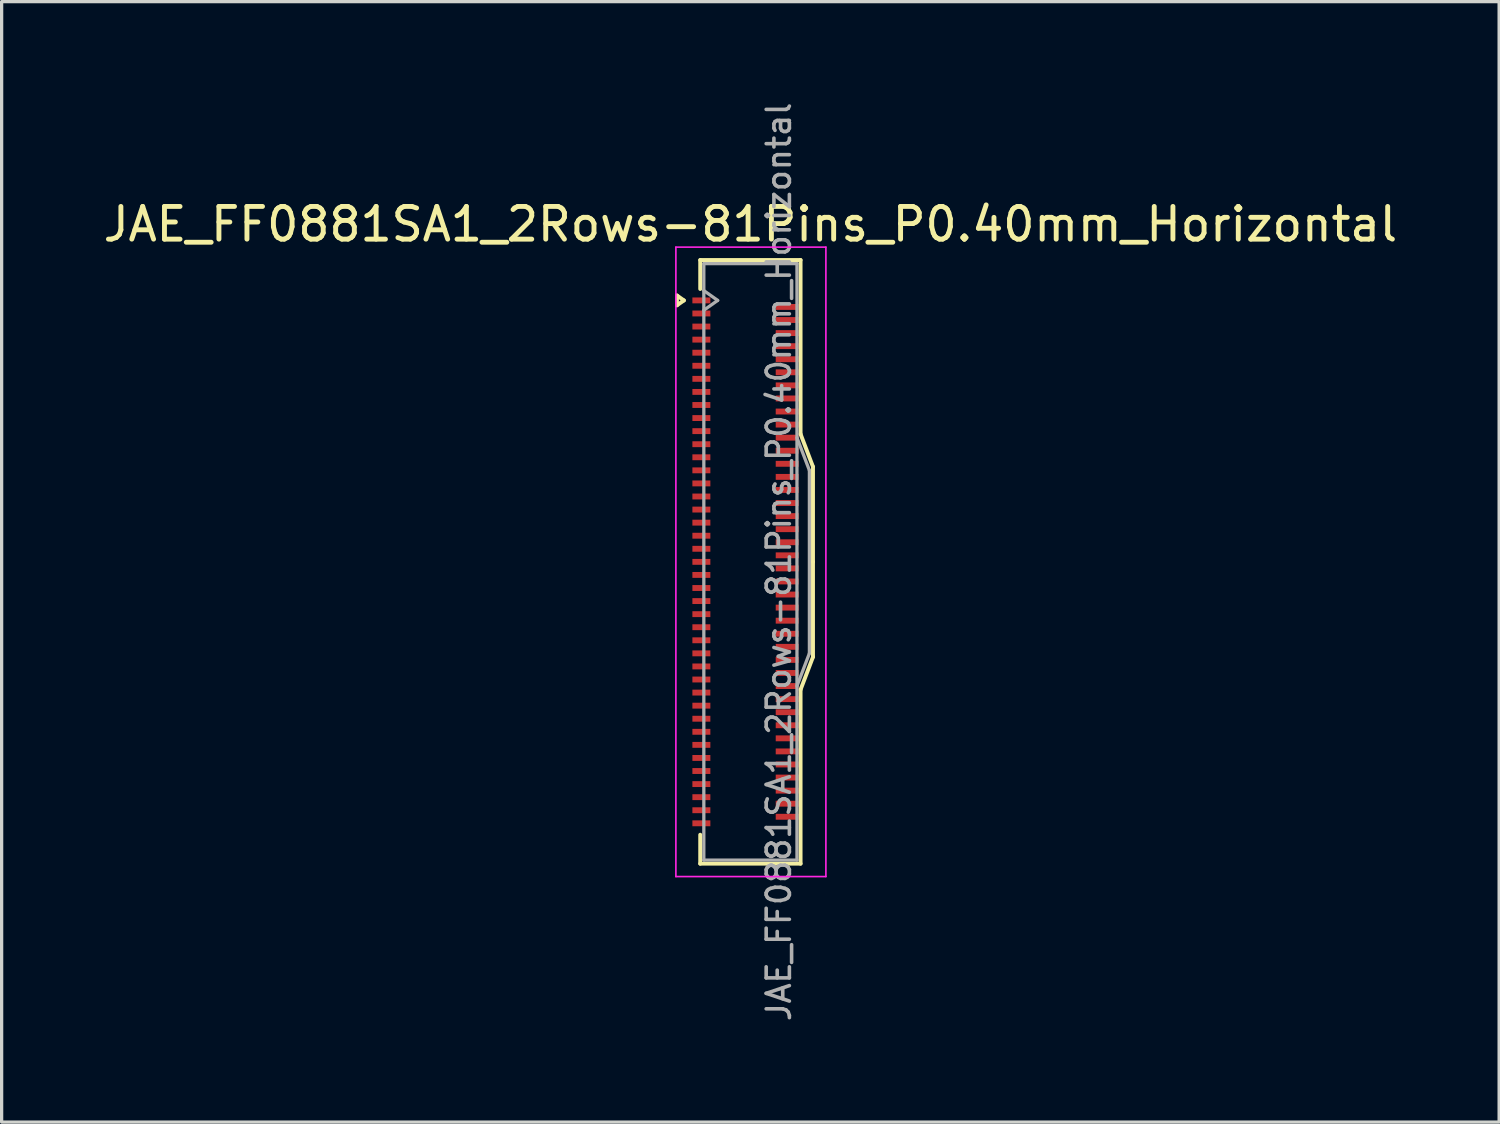
<source format=kicad_pcb>
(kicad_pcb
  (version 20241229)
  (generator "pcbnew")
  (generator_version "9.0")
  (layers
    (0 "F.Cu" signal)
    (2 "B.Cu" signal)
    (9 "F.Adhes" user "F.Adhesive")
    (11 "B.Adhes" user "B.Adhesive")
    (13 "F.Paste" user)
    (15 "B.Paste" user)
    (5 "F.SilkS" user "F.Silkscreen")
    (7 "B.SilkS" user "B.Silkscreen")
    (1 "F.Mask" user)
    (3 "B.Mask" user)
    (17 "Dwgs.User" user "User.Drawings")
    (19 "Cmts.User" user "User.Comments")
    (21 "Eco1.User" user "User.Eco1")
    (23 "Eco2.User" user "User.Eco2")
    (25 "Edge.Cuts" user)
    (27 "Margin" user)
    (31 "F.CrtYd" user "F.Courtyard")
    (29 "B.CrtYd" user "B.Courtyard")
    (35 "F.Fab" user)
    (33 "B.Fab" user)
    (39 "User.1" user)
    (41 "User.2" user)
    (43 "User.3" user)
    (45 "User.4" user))
  (footprint "JAE_FF0881SA1_2Rows-81Pins_P0.40mm_Horizontal"
    (layer "F.Cu")
    (at 19.761 14.142)
    (property "Reference" "JAE_FF0881SA1_2Rows-81Pins_P0.40mm_Horizontal" (at 0.15 -10.33 0) (layer "F.SilkS") (effects (font (size 1 1) (thickness 0.15))))
    (attr smd)
    (fp_line (start -2.097 -8.15) (end -1.885 -8) (stroke (width 0.12) (type solid)) (layer "F.SilkS"))
    (fp_line (start -2.097 -7.85) (end -2.097 -8.15) (stroke (width 0.12) (type solid)) (layer "F.SilkS"))
    (fp_line (start -1.885 -8) (end -2.097 -7.85) (stroke (width 0.12) (type solid)) (layer "F.SilkS"))
    (fp_line (start -1.385 -9.235) (end 1.685 -9.235) (stroke (width 0.12) (type solid)) (layer "F.SilkS"))
    (fp_line (start -1.385 -8.35) (end -1.385 -9.235) (stroke (width 0.12) (type solid)) (layer "F.SilkS"))
    (fp_line (start -1.385 8.35) (end -1.385 9.235) (stroke (width 0.12) (type solid)) (layer "F.SilkS"))
    (fp_line (start -1.385 9.235) (end 1.685 9.235) (stroke (width 0.12) (type solid)) (layer "F.SilkS"))
    (fp_line (start 1.685 -9.235) (end 1.685 -3.91) (stroke (width 0.12) (type solid)) (layer "F.SilkS"))
    (fp_line (start 1.685 -3.91) (end 2.065 -2.91) (stroke (width 0.12) (type solid)) (layer "F.SilkS"))
    (fp_line (start 1.685 3.91) (end 2.065 2.91) (stroke (width 0.12) (type solid)) (layer "F.SilkS"))
    (fp_line (start 1.685 9.235) (end 1.685 3.91) (stroke (width 0.12) (type solid)) (layer "F.SilkS"))
    (fp_line (start 2.065 -2.91) (end 2.065 0) (stroke (width 0.12) (type solid)) (layer "F.SilkS"))
    (fp_line (start 2.065 2.91) (end 2.065 0) (stroke (width 0.12) (type solid)) (layer "F.SilkS"))
    (fp_line (start -2.13 -9.63) (end -2.13 9.63) (stroke (width 0.05) (type solid)) (layer "F.CrtYd"))
    (fp_line (start -2.13 9.63) (end 2.46 9.63) (stroke (width 0.05) (type solid)) (layer "F.CrtYd"))
    (fp_line (start 2.46 -9.63) (end -2.13 -9.63) (stroke (width 0.05) (type solid)) (layer "F.CrtYd"))
    (fp_line (start 2.46 9.63) (end 2.46 -9.63) (stroke (width 0.05) (type solid)) (layer "F.CrtYd"))
    (fp_line (start -1.275 -9.125) (end -1.275 9.125) (stroke (width 0.1) (type solid)) (layer "F.Fab"))
    (fp_line (start -1.275 -8.3) (end -0.851 -8) (stroke (width 0.1) (type solid)) (layer "F.Fab"))
    (fp_line (start -1.275 9.125) (end 1.575 9.125) (stroke (width 0.1) (type solid)) (layer "F.Fab"))
    (fp_line (start -0.851 -8) (end -1.275 -7.7) (stroke (width 0.1) (type solid)) (layer "F.Fab"))
    (fp_line (start 1.575 -9.125) (end -1.275 -9.125) (stroke (width 0.1) (type solid)) (layer "F.Fab"))
    (fp_line (start 1.575 -3.8) (end 1.955 -2.8) (stroke (width 0.1) (type solid)) (layer "F.Fab"))
    (fp_line (start 1.575 9.125) (end 1.575 -9.125) (stroke (width 0.1) (type solid)) (layer "F.Fab"))
    (fp_line (start 1.955 -2.8) (end 1.955 2.8) (stroke (width 0.1) (type solid)) (layer "F.Fab"))
    (fp_line (start 1.955 2.8) (end 1.575 3.8) (stroke (width 0.1) (type solid)) (layer "F.Fab"))
    (fp_text user "${REFERENCE}" (at 1.02 0 90) (layer "F.Fab") (effects (font (size 0.71 0.71) (thickness 0.11))))
    (pad "1" smd rect (at -1.35 -8) (size 0.55 0.18) (layers "F.Cu" "F.Mask" "F.Paste"))
    (pad "2" smd rect (at 1.275 -7.8) (size 0.7 0.18) (layers "F.Cu" "F.Mask" "F.Paste"))
    (pad "3" smd rect (at -1.35 -7.6) (size 0.55 0.18) (layers "F.Cu" "F.Mask" "F.Paste"))
    (pad "4" smd rect (at 1.275 -7.4) (size 0.7 0.18) (layers "F.Cu" "F.Mask" "F.Paste"))
    (pad "5" smd rect (at -1.35 -7.2) (size 0.55 0.18) (layers "F.Cu" "F.Mask" "F.Paste"))
    (pad "6" smd rect (at 1.275 -7) (size 0.7 0.18) (layers "F.Cu" "F.Mask" "F.Paste"))
    (pad "7" smd rect (at -1.35 -6.8) (size 0.55 0.18) (layers "F.Cu" "F.Mask" "F.Paste"))
    (pad "8" smd rect (at 1.275 -6.6) (size 0.7 0.18) (layers "F.Cu" "F.Mask" "F.Paste"))
    (pad "9" smd rect (at -1.35 -6.4) (size 0.55 0.18) (layers "F.Cu" "F.Mask" "F.Paste"))
    (pad "10" smd rect (at 1.275 -6.2) (size 0.7 0.18) (layers "F.Cu" "F.Mask" "F.Paste"))
    (pad "11" smd rect (at -1.35 -6) (size 0.55 0.18) (layers "F.Cu" "F.Mask" "F.Paste"))
    (pad "12" smd rect (at 1.275 -5.8) (size 0.7 0.18) (layers "F.Cu" "F.Mask" "F.Paste"))
    (pad "13" smd rect (at -1.35 -5.6) (size 0.55 0.18) (layers "F.Cu" "F.Mask" "F.Paste"))
    (pad "14" smd rect (at 1.275 -5.4) (size 0.7 0.18) (layers "F.Cu" "F.Mask" "F.Paste"))
    (pad "15" smd rect (at -1.35 -5.2) (size 0.55 0.18) (layers "F.Cu" "F.Mask" "F.Paste"))
    (pad "16" smd rect (at 1.275 -5) (size 0.7 0.18) (layers "F.Cu" "F.Mask" "F.Paste"))
    (pad "17" smd rect (at -1.35 -4.8) (size 0.55 0.18) (layers "F.Cu" "F.Mask" "F.Paste"))
    (pad "18" smd rect (at 1.275 -4.6) (size 0.7 0.18) (layers "F.Cu" "F.Mask" "F.Paste"))
    (pad "19" smd rect (at -1.35 -4.4) (size 0.55 0.18) (layers "F.Cu" "F.Mask" "F.Paste"))
    (pad "20" smd rect (at 1.275 -4.2) (size 0.7 0.18) (layers "F.Cu" "F.Mask" "F.Paste"))
    (pad "21" smd rect (at -1.35 -4) (size 0.55 0.18) (layers "F.Cu" "F.Mask" "F.Paste"))
    (pad "22" smd rect (at 1.275 -3.8) (size 0.7 0.18) (layers "F.Cu" "F.Mask" "F.Paste"))
    (pad "23" smd rect (at -1.35 -3.6) (size 0.55 0.18) (layers "F.Cu" "F.Mask" "F.Paste"))
    (pad "24" smd rect (at 1.275 -3.4) (size 0.7 0.18) (layers "F.Cu" "F.Mask" "F.Paste"))
    (pad "25" smd rect (at -1.35 -3.2) (size 0.55 0.18) (layers "F.Cu" "F.Mask" "F.Paste"))
    (pad "26" smd rect (at 1.275 -3) (size 0.7 0.18) (layers "F.Cu" "F.Mask" "F.Paste"))
    (pad "27" smd rect (at -1.35 -2.8) (size 0.55 0.18) (layers "F.Cu" "F.Mask" "F.Paste"))
    (pad "28" smd rect (at 1.275 -2.6) (size 0.7 0.18) (layers "F.Cu" "F.Mask" "F.Paste"))
    (pad "29" smd rect (at -1.35 -2.4) (size 0.55 0.18) (layers "F.Cu" "F.Mask" "F.Paste"))
    (pad "30" smd rect (at 1.275 -2.2) (size 0.7 0.18) (layers "F.Cu" "F.Mask" "F.Paste"))
    (pad "31" smd rect (at -1.35 -2) (size 0.55 0.18) (layers "F.Cu" "F.Mask" "F.Paste"))
    (pad "32" smd rect (at 1.275 -1.8) (size 0.7 0.18) (layers "F.Cu" "F.Mask" "F.Paste"))
    (pad "33" smd rect (at -1.35 -1.6) (size 0.55 0.18) (layers "F.Cu" "F.Mask" "F.Paste"))
    (pad "34" smd rect (at 1.275 -1.4) (size 0.7 0.18) (layers "F.Cu" "F.Mask" "F.Paste"))
    (pad "35" smd rect (at -1.35 -1.2) (size 0.55 0.18) (layers "F.Cu" "F.Mask" "F.Paste"))
    (pad "36" smd rect (at 1.275 -1) (size 0.7 0.18) (layers "F.Cu" "F.Mask" "F.Paste"))
    (pad "37" smd rect (at -1.35 -0.8) (size 0.55 0.18) (layers "F.Cu" "F.Mask" "F.Paste"))
    (pad "38" smd rect (at 1.275 -0.6) (size 0.7 0.18) (layers "F.Cu" "F.Mask" "F.Paste"))
    (pad "39" smd rect (at -1.35 -0.4) (size 0.55 0.18) (layers "F.Cu" "F.Mask" "F.Paste"))
    (pad "40" smd rect (at 1.275 -0.2) (size 0.7 0.18) (layers "F.Cu" "F.Mask" "F.Paste"))
    (pad "41" smd rect (at -1.35 0) (size 0.55 0.18) (layers "F.Cu" "F.Mask" "F.Paste"))
    (pad "42" smd rect (at 1.275 0.2) (size 0.7 0.18) (layers "F.Cu" "F.Mask" "F.Paste"))
    (pad "43" smd rect (at -1.35 0.4) (size 0.55 0.18) (layers "F.Cu" "F.Mask" "F.Paste"))
    (pad "44" smd rect (at 1.275 0.6) (size 0.7 0.18) (layers "F.Cu" "F.Mask" "F.Paste"))
    (pad "45" smd rect (at -1.35 0.8) (size 0.55 0.18) (layers "F.Cu" "F.Mask" "F.Paste"))
    (pad "46" smd rect (at 1.275 1) (size 0.7 0.18) (layers "F.Cu" "F.Mask" "F.Paste"))
    (pad "47" smd rect (at -1.35 1.2) (size 0.55 0.18) (layers "F.Cu" "F.Mask" "F.Paste"))
    (pad "48" smd rect (at 1.275 1.4) (size 0.7 0.18) (layers "F.Cu" "F.Mask" "F.Paste"))
    (pad "49" smd rect (at -1.35 1.6) (size 0.55 0.18) (layers "F.Cu" "F.Mask" "F.Paste"))
    (pad "50" smd rect (at 1.275 1.8) (size 0.7 0.18) (layers "F.Cu" "F.Mask" "F.Paste"))
    (pad "51" smd rect (at -1.35 2) (size 0.55 0.18) (layers "F.Cu" "F.Mask" "F.Paste"))
    (pad "52" smd rect (at 1.275 2.2) (size 0.7 0.18) (layers "F.Cu" "F.Mask" "F.Paste"))
    (pad "53" smd rect (at -1.35 2.4) (size 0.55 0.18) (layers "F.Cu" "F.Mask" "F.Paste"))
    (pad "54" smd rect (at 1.275 2.6) (size 0.7 0.18) (layers "F.Cu" "F.Mask" "F.Paste"))
    (pad "55" smd rect (at -1.35 2.8) (size 0.55 0.18) (layers "F.Cu" "F.Mask" "F.Paste"))
    (pad "56" smd rect (at 1.275 3) (size 0.7 0.18) (layers "F.Cu" "F.Mask" "F.Paste"))
    (pad "57" smd rect (at -1.35 3.2) (size 0.55 0.18) (layers "F.Cu" "F.Mask" "F.Paste"))
    (pad "58" smd rect (at 1.275 3.4) (size 0.7 0.18) (layers "F.Cu" "F.Mask" "F.Paste"))
    (pad "59" smd rect (at -1.35 3.6) (size 0.55 0.18) (layers "F.Cu" "F.Mask" "F.Paste"))
    (pad "60" smd rect (at 1.275 3.8) (size 0.7 0.18) (layers "F.Cu" "F.Mask" "F.Paste"))
    (pad "61" smd rect (at -1.35 4) (size 0.55 0.18) (layers "F.Cu" "F.Mask" "F.Paste"))
    (pad "62" smd rect (at 1.275 4.2) (size 0.7 0.18) (layers "F.Cu" "F.Mask" "F.Paste"))
    (pad "63" smd rect (at -1.35 4.4) (size 0.55 0.18) (layers "F.Cu" "F.Mask" "F.Paste"))
    (pad "64" smd rect (at 1.275 4.6) (size 0.7 0.18) (layers "F.Cu" "F.Mask" "F.Paste"))
    (pad "65" smd rect (at -1.35 4.8) (size 0.55 0.18) (layers "F.Cu" "F.Mask" "F.Paste"))
    (pad "66" smd rect (at 1.275 5) (size 0.7 0.18) (layers "F.Cu" "F.Mask" "F.Paste"))
    (pad "67" smd rect (at -1.35 5.2) (size 0.55 0.18) (layers "F.Cu" "F.Mask" "F.Paste"))
    (pad "68" smd rect (at 1.275 5.4) (size 0.7 0.18) (layers "F.Cu" "F.Mask" "F.Paste"))
    (pad "69" smd rect (at -1.35 5.6) (size 0.55 0.18) (layers "F.Cu" "F.Mask" "F.Paste"))
    (pad "70" smd rect (at 1.275 5.8) (size 0.7 0.18) (layers "F.Cu" "F.Mask" "F.Paste"))
    (pad "71" smd rect (at -1.35 6) (size 0.55 0.18) (layers "F.Cu" "F.Mask" "F.Paste"))
    (pad "72" smd rect (at 1.275 6.2) (size 0.7 0.18) (layers "F.Cu" "F.Mask" "F.Paste"))
    (pad "73" smd rect (at -1.35 6.4) (size 0.55 0.18) (layers "F.Cu" "F.Mask" "F.Paste"))
    (pad "74" smd rect (at 1.275 6.6) (size 0.7 0.18) (layers "F.Cu" "F.Mask" "F.Paste"))
    (pad "75" smd rect (at -1.35 6.8) (size 0.55 0.18) (layers "F.Cu" "F.Mask" "F.Paste"))
    (pad "76" smd rect (at 1.275 7) (size 0.7 0.18) (layers "F.Cu" "F.Mask" "F.Paste"))
    (pad "77" smd rect (at -1.35 7.2) (size 0.55 0.18) (layers "F.Cu" "F.Mask" "F.Paste"))
    (pad "78" smd rect (at 1.275 7.4) (size 0.7 0.18) (layers "F.Cu" "F.Mask" "F.Paste"))
    (pad "79" smd rect (at -1.35 7.6) (size 0.55 0.18) (layers "F.Cu" "F.Mask" "F.Paste"))
    (pad "80" smd rect (at 1.275 7.8) (size 0.7 0.18) (layers "F.Cu" "F.Mask" "F.Paste"))
    (pad "81" smd rect (at -1.35 8) (size 0.55 0.18) (layers "F.Cu" "F.Mask" "F.Paste")))
  (gr_rect
    (start -3 -3)
    (end 42.821 31.284)
    (stroke (width 0.1) (type default))
    (fill no)
    (layer "Edge.Cuts")))
</source>
